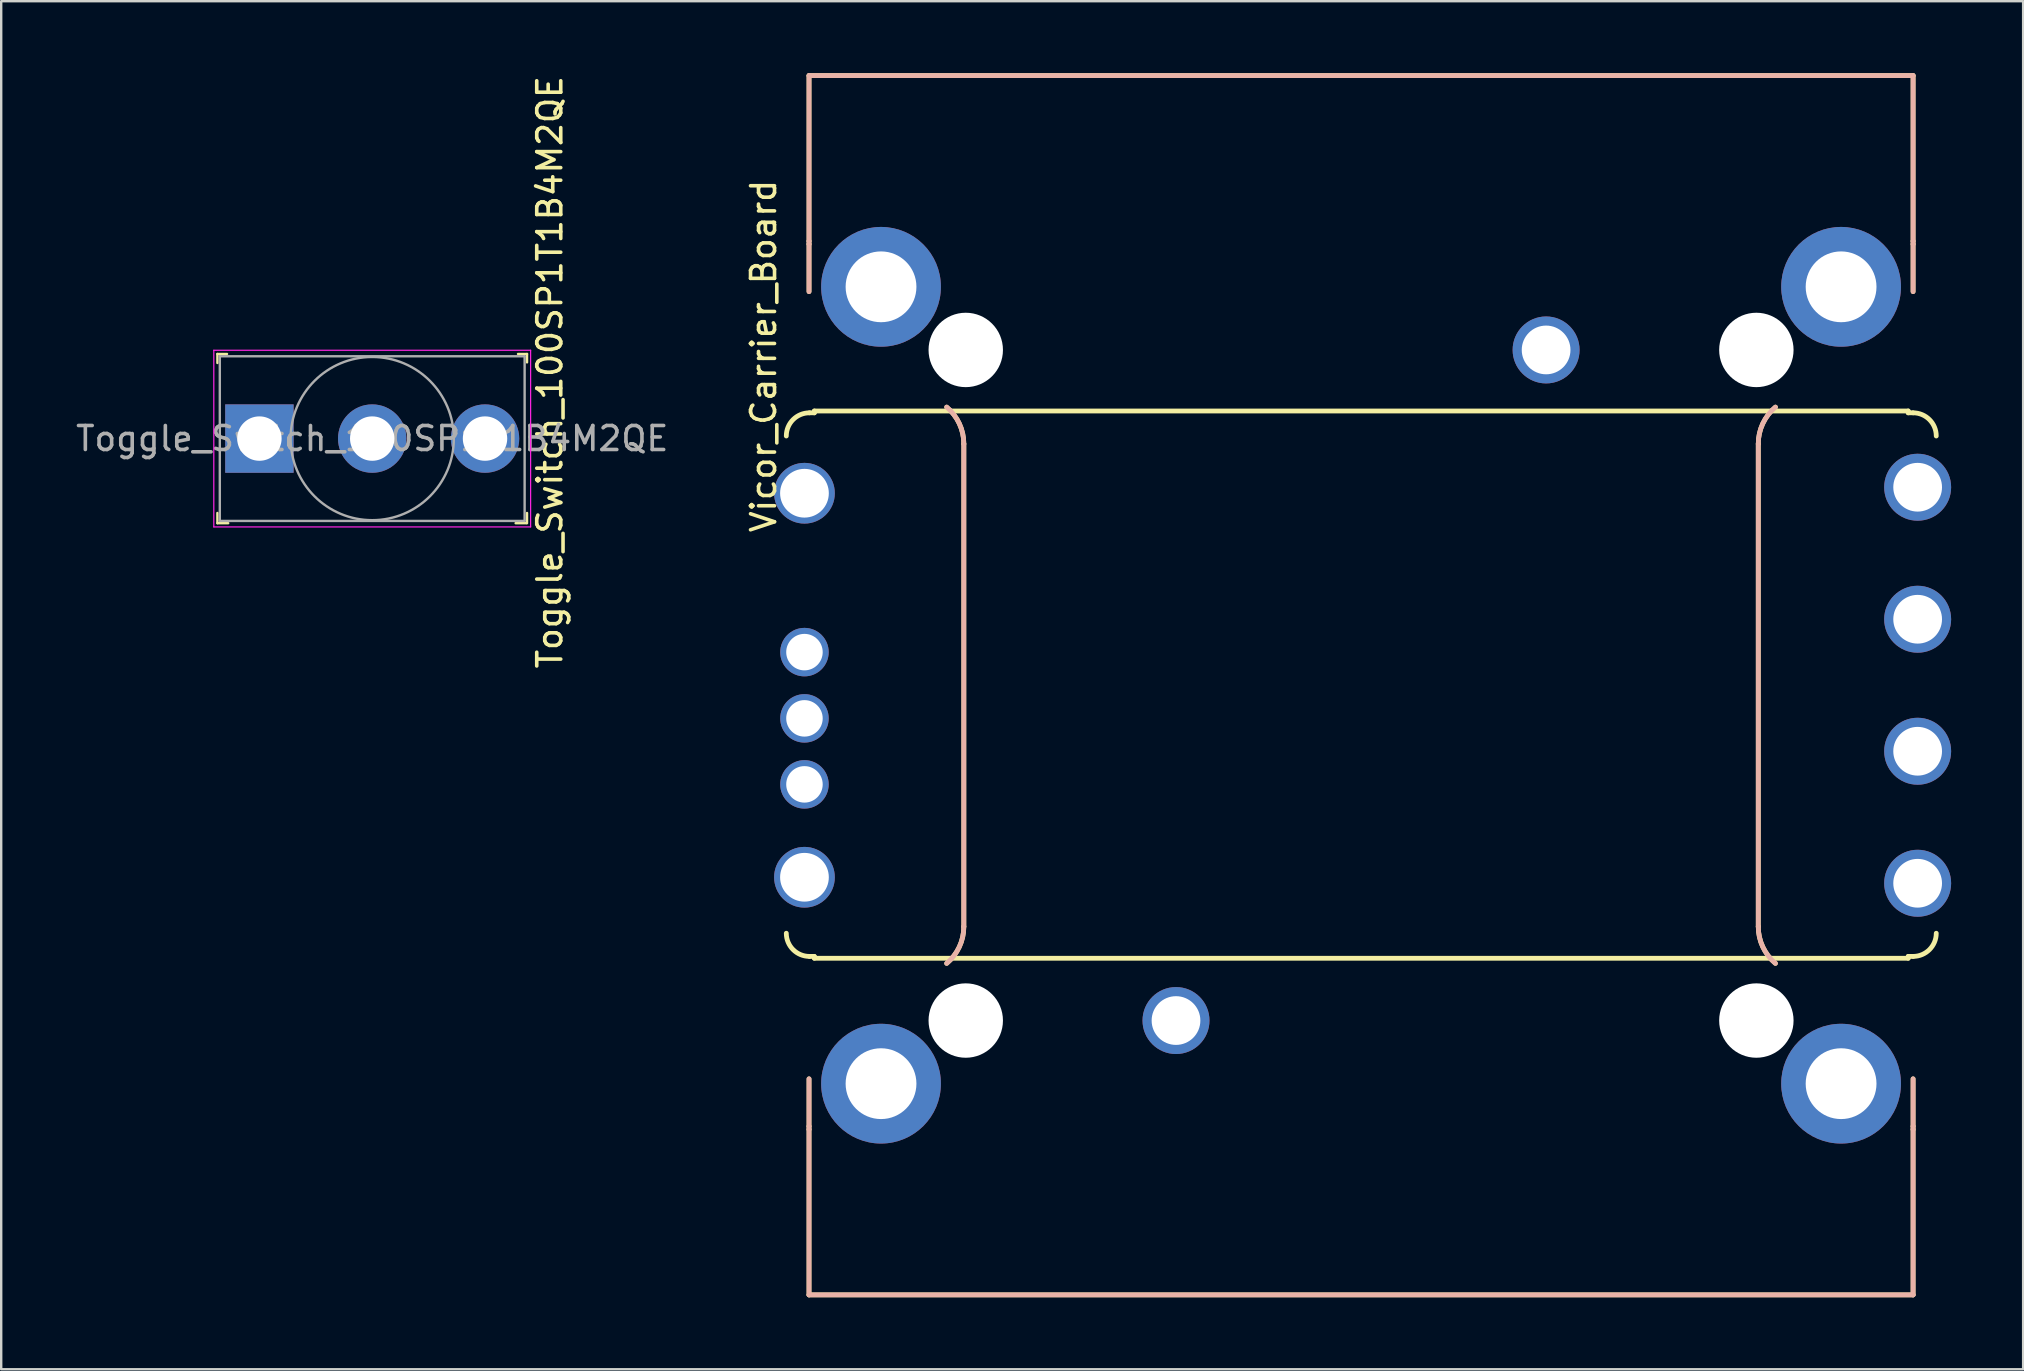
<source format=kicad_pcb>
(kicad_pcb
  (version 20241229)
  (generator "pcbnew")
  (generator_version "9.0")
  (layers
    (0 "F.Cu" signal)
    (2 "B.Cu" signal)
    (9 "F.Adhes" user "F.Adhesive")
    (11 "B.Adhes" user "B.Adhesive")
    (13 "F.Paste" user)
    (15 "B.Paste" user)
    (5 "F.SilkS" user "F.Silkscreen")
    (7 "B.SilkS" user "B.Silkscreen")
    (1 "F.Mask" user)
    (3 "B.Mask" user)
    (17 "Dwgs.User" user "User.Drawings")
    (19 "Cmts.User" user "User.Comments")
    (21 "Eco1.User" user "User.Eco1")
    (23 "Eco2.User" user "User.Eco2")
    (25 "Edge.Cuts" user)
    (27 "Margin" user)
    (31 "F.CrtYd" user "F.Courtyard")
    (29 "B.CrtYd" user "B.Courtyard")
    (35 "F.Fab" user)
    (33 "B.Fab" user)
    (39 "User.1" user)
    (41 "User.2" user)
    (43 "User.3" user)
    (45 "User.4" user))
  (footprint "Vicor_Carrier_Board"
    (layer "F.Cu")
    (at 53.657 25.5)
    (property "Reference" "Vicor_Carrier_Board" (at -24.892 -13.716 90) (layer "F.SilkS") (effects (font (size 1 1) (thickness 0.15))))
    (attr through_hole)
    (fp_line (start -23 -25.4) (end -23 -18.505) (stroke (width 0.2) (type solid)) (layer "F.SilkS"))
    (fp_line (start -23 -18.505) (end -23 -18.378) (stroke (width 0.2) (type solid)) (layer "F.SilkS"))
    (fp_line (start -23 -18.378) (end -23 -16.4) (stroke (width 0.2) (type solid)) (layer "F.SilkS"))
    (fp_line (start -23 16.4) (end -23 18.378) (stroke (width 0.2) (type solid)) (layer "F.SilkS"))
    (fp_line (start -23 18.378) (end -23 18.505) (stroke (width 0.2) (type solid)) (layer "F.SilkS"))
    (fp_line (start -23 18.505) (end -23 25.4) (stroke (width 0.2) (type solid)) (layer "F.SilkS"))
    (fp_line (start -23 25.4) (end 23 25.4) (stroke (width 0.2) (type solid)) (layer "F.SilkS"))
    (fp_line (start -22.981 -11.35) (end -22.778 -11.35) (stroke (width 0.2) (type solid)) (layer "F.SilkS"))
    (fp_line (start -22.981 11.298) (end -22.778 11.298) (stroke (width 0.2) (type solid)) (layer "F.SilkS"))
    (fp_line (start -22.778 -11.426) (end -22.778 -11.35) (stroke (width 0.2) (type solid)) (layer "F.SilkS"))
    (fp_line (start -22.778 11.298) (end -22.778 11.374) (stroke (width 0.2) (type solid)) (layer "F.SilkS"))
    (fp_line (start -22.778 11.374) (end 22.797 11.374) (stroke (width 0.2) (type solid)) (layer "F.SilkS"))
    (fp_line (start -16.55 -10.055) (end -16.55 10.055) (stroke (width 0.2) (type solid)) (layer "F.SilkS"))
    (fp_line (start 16.55 10.055) (end 16.55 -10.055) (stroke (width 0.2) (type solid)) (layer "F.SilkS"))
    (fp_line (start 22.797 -11.426) (end -22.778 -11.426) (stroke (width 0.2) (type solid)) (layer "F.SilkS"))
    (fp_line (start 22.797 -11.426) (end 22.797 -11.35) (stroke (width 0.2) (type solid)) (layer "F.SilkS"))
    (fp_line (start 22.797 11.374) (end 22.797 11.298) (stroke (width 0.2) (type solid)) (layer "F.SilkS"))
    (fp_line (start 23 -25.4) (end -23 -25.4) (stroke (width 0.2) (type solid)) (layer "F.SilkS"))
    (fp_line (start 23 -18.505) (end 23 -25.4) (stroke (width 0.2) (type solid)) (layer "F.SilkS"))
    (fp_line (start 23 -18.378) (end 23 -18.505) (stroke (width 0.2) (type solid)) (layer "F.SilkS"))
    (fp_line (start 23 -16.4) (end 23 -18.378) (stroke (width 0.2) (type solid)) (layer "F.SilkS"))
    (fp_line (start 23 -11.35) (end 22.797 -11.35) (stroke (width 0.2) (type solid)) (layer "F.SilkS"))
    (fp_line (start 23 11.298) (end 22.797 11.298) (stroke (width 0.2) (type solid)) (layer "F.SilkS"))
    (fp_line (start 23 18.378) (end 23 16.4) (stroke (width 0.2) (type solid)) (layer "F.SilkS"))
    (fp_line (start 23 18.505) (end 23 18.378) (stroke (width 0.2) (type solid)) (layer "F.SilkS"))
    (fp_line (start 23 25.4) (end 23 18.505) (stroke (width 0.2) (type solid)) (layer "F.SilkS"))
    (fp_arc (start -23.9466 -10.3848) (mid -23.663899 -11.067299) (end -22.9814 -11.35) (stroke (width 0.2) (type solid)) (layer "F.SilkS"))
    (fp_arc (start -22.9814 11.2976) (mid -23.663899 11.014899) (end -23.9466 10.3324) (stroke (width 0.2) (type solid)) (layer "F.SilkS"))
    (fp_arc (start -17.264425 -11.587281) (mid -16.737385 -10.900429) (end -16.55 -10.055192) (stroke (width 0.2) (type solid)) (layer "F.SilkS"))
    (fp_arc (start -16.55 10.055192) (mid -16.737384 10.900429) (end -17.264425 11.587281) (stroke (width 0.2) (type solid)) (layer "F.SilkS"))
    (fp_arc (start 16.55 -10.055192) (mid 16.737384 -10.900429) (end 17.264425 -11.587281) (stroke (width 0.2) (type solid)) (layer "F.SilkS"))
    (fp_arc (start 17.264425 11.587281) (mid 16.737385 10.900429) (end 16.55 10.055192) (stroke (width 0.2) (type solid)) (layer "F.SilkS"))
    (fp_arc (start 23 -11.35) (mid 23.682499 -11.067299) (end 23.9652 -10.3848) (stroke (width 0.2) (type solid)) (layer "F.SilkS"))
    (fp_arc (start 23.9652 10.3324) (mid 23.682499 11.014899) (end 23 11.2976) (stroke (width 0.2) (type solid)) (layer "F.SilkS"))
    (fp_line (start -23 -25.4) (end -23 -18.505) (stroke (width 0.2) (type solid)) (layer "B.SilkS"))
    (fp_line (start -23 -18.505) (end -23 -18.378) (stroke (width 0.2) (type solid)) (layer "B.SilkS"))
    (fp_line (start -23 -18.378) (end -23 -16.4) (stroke (width 0.2) (type solid)) (layer "B.SilkS"))
    (fp_line (start -23 16.4) (end -23 18.378) (stroke (width 0.2) (type solid)) (layer "B.SilkS"))
    (fp_line (start -23 18.378) (end -23 18.505) (stroke (width 0.2) (type solid)) (layer "B.SilkS"))
    (fp_line (start -23 18.505) (end -23 25.4) (stroke (width 0.2) (type solid)) (layer "B.SilkS"))
    (fp_line (start -23 25.4) (end 23 25.4) (stroke (width 0.2) (type solid)) (layer "B.SilkS"))
    (fp_line (start -16.55 -10.055) (end -16.55 10.055) (stroke (width 0.2) (type solid)) (layer "B.SilkS"))
    (fp_line (start 16.55 10.055) (end 16.55 -10.055) (stroke (width 0.2) (type solid)) (layer "B.SilkS"))
    (fp_line (start 23 -25.4) (end -23 -25.4) (stroke (width 0.2) (type solid)) (layer "B.SilkS"))
    (fp_line (start 23 -18.505) (end 23 -25.4) (stroke (width 0.2) (type solid)) (layer "B.SilkS"))
    (fp_line (start 23 -18.378) (end 23 -18.505) (stroke (width 0.2) (type solid)) (layer "B.SilkS"))
    (fp_line (start 23 -16.4) (end 23 -18.378) (stroke (width 0.2) (type solid)) (layer "B.SilkS"))
    (fp_line (start 23 18.378) (end 23 16.4) (stroke (width 0.2) (type solid)) (layer "B.SilkS"))
    (fp_line (start 23 18.505) (end 23 18.378) (stroke (width 0.2) (type solid)) (layer "B.SilkS"))
    (fp_line (start 23 25.4) (end 23 18.505) (stroke (width 0.2) (type solid)) (layer "B.SilkS"))
    (fp_arc (start -17.264425 -11.587281) (mid -16.737385 -10.900429) (end -16.55 -10.055192) (stroke (width 0.2) (type solid)) (layer "B.SilkS"))
    (fp_arc (start -16.55 10.055192) (mid -16.737384 10.900429) (end -17.264425 11.587281) (stroke (width 0.2) (type solid)) (layer "B.SilkS"))
    (fp_arc (start 16.55 -10.055192) (mid 16.737384 -10.900429) (end 17.264425 -11.587281) (stroke (width 0.2) (type solid)) (layer "B.SilkS"))
    (fp_arc (start 17.264425 11.587281) (mid 16.737385 10.900429) (end 16.55 10.055192) (stroke (width 0.2) (type solid)) (layer "B.SilkS"))
    (pad "" np_thru_hole circle (at -16.47 -13.97) (size 3.1 3.1) (drill 3.1) (layers "*.Cu" "*.Mask"))
    (pad "" np_thru_hole circle (at -16.47 13.97) (size 3.1 3.1) (drill 3.1) (layers "*.Cu" "*.Mask"))
    (pad "" np_thru_hole circle (at 16.47 -13.97) (size 3.1 3.1) (drill 3.1) (layers "*.Cu" "*.Mask"))
    (pad "" np_thru_hole circle (at 16.47 13.97) (size 3.1 3.1) (drill 3.1) (layers "*.Cu" "*.Mask"))
    (pad "1" thru_hole circle (at -23.19 -8) (size 2.53 2.53) (drill 2.03) (layers "*.Cu" "*.Mask"))
    (pad "2" thru_hole circle (at -23.19 -1.38) (size 2.02 2.02) (drill 1.52) (layers "*.Cu" "*.Mask"))
    (pad "3" thru_hole circle (at -23.19 1.38) (size 2.02 2.02) (drill 1.52) (layers "*.Cu" "*.Mask"))
    (pad "4" thru_hole circle (at -23.19 4.13) (size 2.02 2.02) (drill 1.52) (layers "*.Cu" "*.Mask"))
    (pad "5" thru_hole circle (at -23.19 8) (size 2.53 2.53) (drill 2.03) (layers "*.Cu" "*.Mask"))
    (pad "6" thru_hole circle (at 23.19 8.25) (size 2.79 2.79) (drill 2.03) (layers "*.Cu" "*.Mask"))
    (pad "7" thru_hole circle (at 23.19 2.75) (size 2.79 2.79) (drill 2.03) (layers "*.Cu" "*.Mask"))
    (pad "8" thru_hole circle (at 23.19 -2.75) (size 2.79 2.79) (drill 2.03) (layers "*.Cu" "*.Mask"))
    (pad "9" thru_hole circle (at 23.19 -8.25) (size 2.79 2.79) (drill 2.03) (layers "*.Cu" "*.Mask"))
    (pad "10" thru_hole circle (at -7.71 13.97) (size 2.79 2.79) (drill 2.03) (layers "*.Cu" "*.Mask"))
    (pad "11" thru_hole circle (at 7.71 -13.97) (size 2.79 2.79) (drill 2.03) (layers "*.Cu" "*.Mask"))
    (pad "12" thru_hole circle (at -20 -16.6) (size 4.99 4.99) (drill 2.95) (layers "*.Cu" "*.Mask"))
    (pad "13" thru_hole circle (at 20 -16.6) (size 4.99 4.99) (drill 2.95) (layers "*.Cu" "*.Mask"))
    (pad "14" thru_hole circle (at -20 16.6) (size 4.99 4.99) (drill 2.95) (layers "*.Cu" "*.Mask"))
    (pad "15" thru_hole circle (at 20 16.6) (size 4.99 4.99) (drill 2.95) (layers "*.Cu" "*.Mask")))
  (footprint "Toggle_Switch_100SP1T1B4M2QE"
    (layer "F.Cu")
    (at 7.758 15.223)
    (property "Reference" "Toggle_Switch_100SP1T1B4M2QE" (at 12.1 -2.765 90) (layer "F.SilkS") (effects (font (size 1 1) (thickness 0.15))))
    (attr through_hole)
    (fp_line (start -1.75 -3.525) (end -1.75 -3.15) (stroke (width 0.1) (type solid)) (layer "F.SilkS"))
    (fp_line (start -1.75 -3.525) (end -1.35 -3.525) (stroke (width 0.1) (type solid)) (layer "F.SilkS"))
    (fp_line (start -1.75 3.525) (end -1.75 3.1) (stroke (width 0.1) (type solid)) (layer "F.SilkS"))
    (fp_line (start -1.75 3.525) (end -1.3 3.525) (stroke (width 0.1) (type solid)) (layer "F.SilkS"))
    (fp_line (start 10.775 -3.525) (end 11.15 -3.525) (stroke (width 0.1) (type solid)) (layer "F.SilkS"))
    (fp_line (start 11.125 3.525) (end 10.675 3.525) (stroke (width 0.1) (type solid)) (layer "F.SilkS"))
    (fp_line (start 11.15 -3.525) (end 11.15 -3.175) (stroke (width 0.1) (type solid)) (layer "F.SilkS"))
    (fp_line (start 11.15 3.525) (end 11.15 3.1) (stroke (width 0.1) (type solid)) (layer "F.SilkS"))
    (fp_line (start -1.9 -3.68) (end 11.3 -3.68) (stroke (width 0.05) (type solid)) (layer "F.CrtYd"))
    (fp_line (start -1.9 3.68) (end -1.9 -3.68) (stroke (width 0.05) (type solid)) (layer "F.CrtYd"))
    (fp_line (start 11.3 -3.68) (end 11.3 3.68) (stroke (width 0.05) (type solid)) (layer "F.CrtYd"))
    (fp_line (start 11.3 3.68) (end -1.9 3.68) (stroke (width 0.05) (type solid)) (layer "F.CrtYd"))
    (fp_line (start -1.65 -3.43) (end -1.65 3.43) (stroke (width 0.1) (type solid)) (layer "F.Fab"))
    (fp_line (start -1.65 -3.43) (end 11.05 -3.43) (stroke (width 0.1) (type solid)) (layer "F.Fab"))
    (fp_line (start -1.65 3.43) (end 11.05 3.43) (stroke (width 0.1) (type solid)) (layer "F.Fab"))
    (fp_line (start 11.05 3.43) (end 11.05 -3.43) (stroke (width 0.1) (type solid)) (layer "F.Fab"))
    (fp_circle (center 4.7 0) (end 4.7 3.4) (stroke (width 0.1) (type solid)) (fill no) (layer "F.Fab"))
    (fp_text user "${REFERENCE}" (at 4.7 0 0) (layer "F.Fab") (effects (font (size 1 1) (thickness 0.15))))
    (pad "1" thru_hole rect (at 0 0) (size 2.85 2.85) (drill 1.85) (layers "*.Cu" "*.Mask"))
    (pad "2" thru_hole circle (at 4.7 0) (size 2.85 2.85) (drill 1.85) (layers "*.Cu" "*.Mask"))
    (pad "3" thru_hole circle (at 9.4 0) (size 2.85 2.85) (drill 1.85) (layers "*.Cu" "*.Mask")))
  (gr_rect
    (start -3 -3)
    (end 81.242 54)
    (stroke (width 0.1) (type default))
    (fill no)
    (layer "Edge.Cuts")))
</source>
